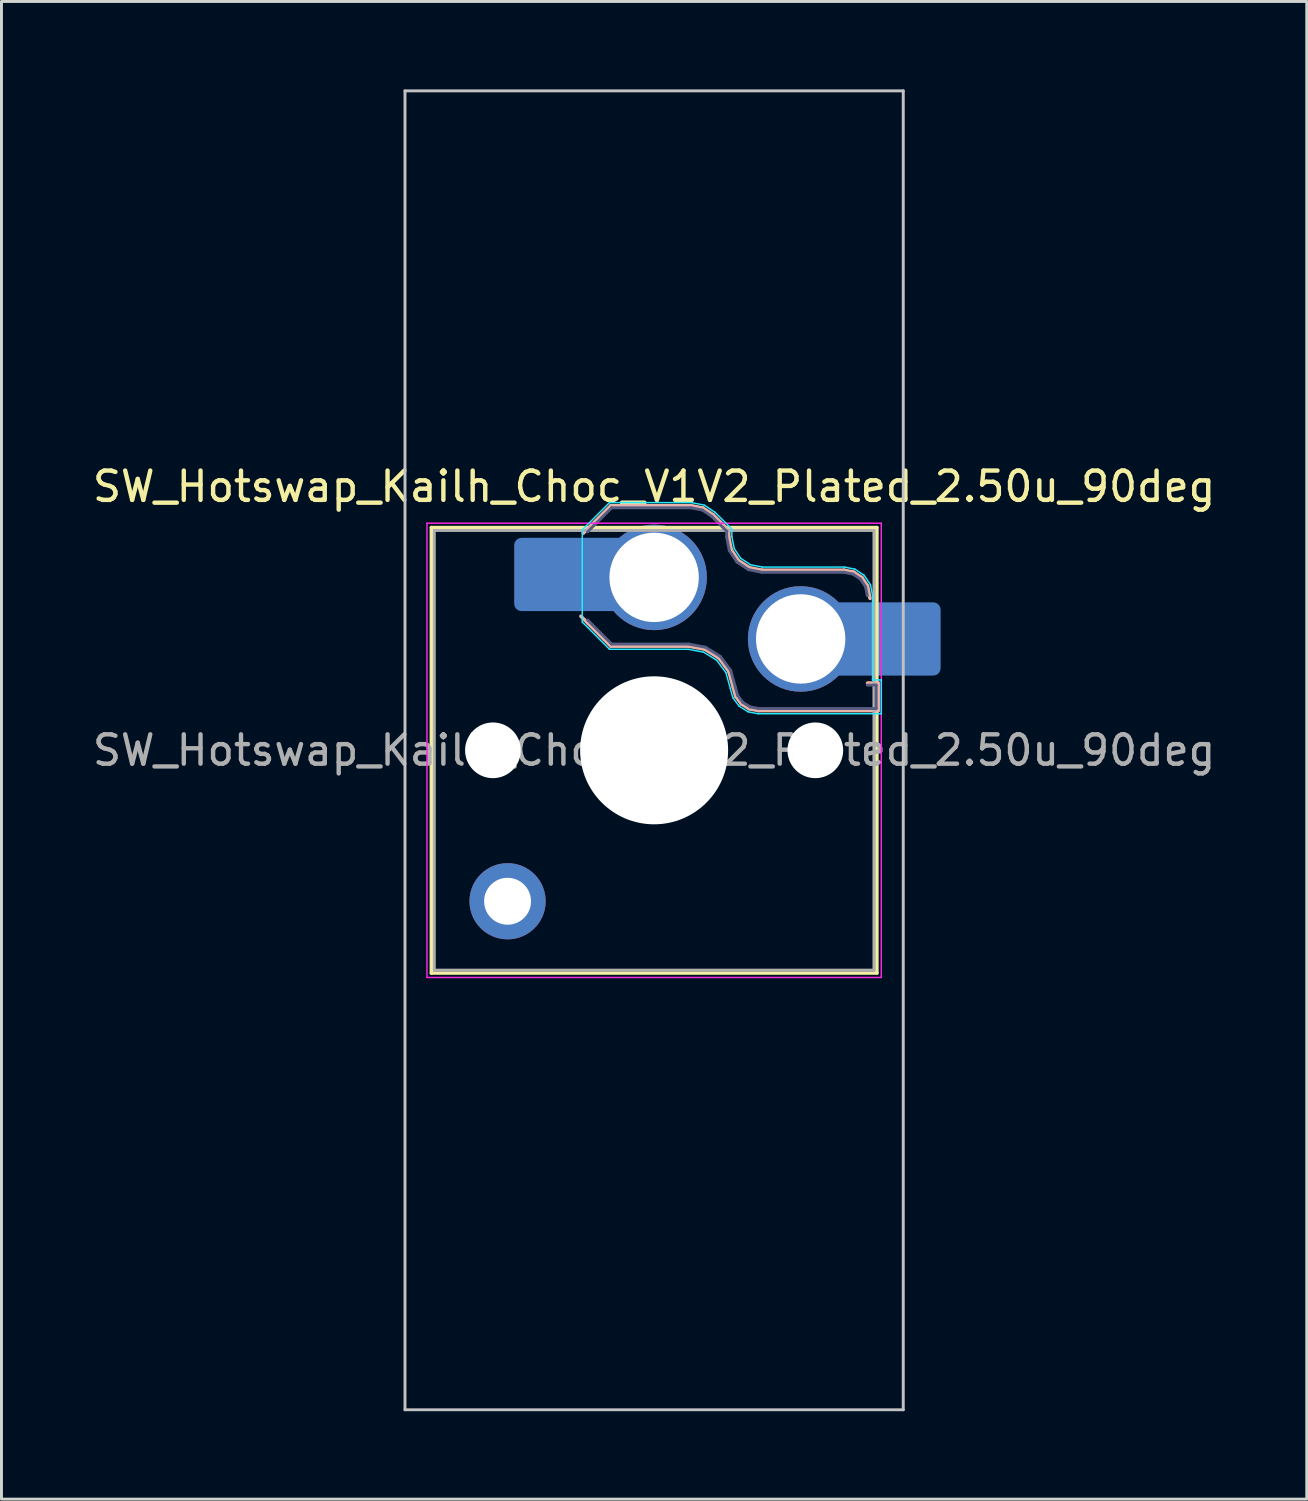
<source format=kicad_pcb>
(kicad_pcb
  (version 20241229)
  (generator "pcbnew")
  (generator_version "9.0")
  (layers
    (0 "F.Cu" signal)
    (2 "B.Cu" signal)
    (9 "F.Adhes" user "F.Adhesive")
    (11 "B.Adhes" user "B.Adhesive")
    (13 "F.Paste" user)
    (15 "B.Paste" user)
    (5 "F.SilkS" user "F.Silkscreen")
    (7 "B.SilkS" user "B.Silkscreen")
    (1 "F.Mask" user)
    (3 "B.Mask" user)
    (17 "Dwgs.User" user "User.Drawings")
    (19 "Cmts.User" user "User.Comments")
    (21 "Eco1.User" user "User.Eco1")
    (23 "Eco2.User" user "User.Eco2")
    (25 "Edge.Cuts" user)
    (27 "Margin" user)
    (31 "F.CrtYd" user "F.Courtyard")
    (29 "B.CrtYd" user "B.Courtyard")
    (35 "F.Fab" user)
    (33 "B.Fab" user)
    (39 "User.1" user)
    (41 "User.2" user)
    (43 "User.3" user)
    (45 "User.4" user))
  (footprint "SW_Hotswap_Kailh_Choc_V1V2_Plated_2.50u_90deg"
    (layer "F.Cu")
    (at 19.268 22.55)
    (property "Reference" "SW_Hotswap_Kailh_Choc_V1V2_Plated_2.50u_90deg" (at 0 -9 0) (layer "F.SilkS") (effects (font (size 1 1) (thickness 0.15))))
    (attr smd)
    (fp_line (start -7.6 -7.6) (end -7.6 7.6) (stroke (width 0.12) (type solid)) (layer "F.SilkS"))
    (fp_line (start -7.6 7.6) (end 7.6 7.6) (stroke (width 0.12) (type solid)) (layer "F.SilkS"))
    (fp_line (start 7.6 -7.6) (end -7.6 -7.6) (stroke (width 0.12) (type solid)) (layer "F.SilkS"))
    (fp_line (start 7.6 7.6) (end 7.6 -7.6) (stroke (width 0.12) (type solid)) (layer "F.SilkS"))
    (fp_line (start -2.416 -7.409) (end -1.479 -8.346) (stroke (width 0.12) (type solid)) (layer "B.SilkS"))
    (fp_line (start -1.479 -8.346) (end 1.268 -8.346) (stroke (width 0.12) (type solid)) (layer "B.SilkS"))
    (fp_line (start -1.479 -3.554) (end -2.5 -4.575) (stroke (width 0.12) (type solid)) (layer "B.SilkS"))
    (fp_line (start 1.168 -3.554) (end -1.479 -3.554) (stroke (width 0.12) (type solid)) (layer "B.SilkS"))
    (fp_line (start 1.268 -8.346) (end 1.671 -8.266) (stroke (width 0.12) (type solid)) (layer "B.SilkS"))
    (fp_line (start 1.671 -8.266) (end 2.013 -8.037) (stroke (width 0.12) (type solid)) (layer "B.SilkS"))
    (fp_line (start 1.73 -3.449) (end 1.168 -3.554) (stroke (width 0.12) (type solid)) (layer "B.SilkS"))
    (fp_line (start 2.013 -8.037) (end 2.546 -7.504) (stroke (width 0.12) (type solid)) (layer "B.SilkS"))
    (fp_line (start 2.209 -3.15) (end 1.73 -3.449) (stroke (width 0.12) (type solid)) (layer "B.SilkS"))
    (fp_line (start 2.546 -7.504) (end 2.546 -7.282) (stroke (width 0.12) (type solid)) (layer "B.SilkS"))
    (fp_line (start 2.546 -7.282) (end 2.633 -6.844) (stroke (width 0.12) (type solid)) (layer "B.SilkS"))
    (fp_line (start 2.547 -2.697) (end 2.209 -3.15) (stroke (width 0.12) (type solid)) (layer "B.SilkS"))
    (fp_line (start 2.633 -6.844) (end 2.877 -6.477) (stroke (width 0.12) (type solid)) (layer "B.SilkS"))
    (fp_line (start 2.701 -2.139) (end 2.547 -2.697) (stroke (width 0.12) (type solid)) (layer "B.SilkS"))
    (fp_line (start 2.783 -1.841) (end 2.701 -2.139) (stroke (width 0.12) (type solid)) (layer "B.SilkS"))
    (fp_line (start 2.877 -6.477) (end 3.244 -6.233) (stroke (width 0.12) (type solid)) (layer "B.SilkS"))
    (fp_line (start 2.976 -1.583) (end 2.783 -1.841) (stroke (width 0.12) (type solid)) (layer "B.SilkS"))
    (fp_line (start 3.244 -6.233) (end 3.682 -6.146) (stroke (width 0.12) (type solid)) (layer "B.SilkS"))
    (fp_line (start 3.25 -1.413) (end 2.976 -1.583) (stroke (width 0.12) (type solid)) (layer "B.SilkS"))
    (fp_line (start 3.56 -1.354) (end 3.25 -1.413) (stroke (width 0.12) (type solid)) (layer "B.SilkS"))
    (fp_line (start 3.682 -6.146) (end 6.482 -6.146) (stroke (width 0.12) (type solid)) (layer "B.SilkS"))
    (fp_line (start 6.482 -6.146) (end 6.809 -6.081) (stroke (width 0.12) (type solid)) (layer "B.SilkS"))
    (fp_line (start 6.809 -6.081) (end 7.092 -5.892) (stroke (width 0.12) (type solid)) (layer "B.SilkS"))
    (fp_line (start 7.092 -5.892) (end 7.281 -5.609) (stroke (width 0.12) (type solid)) (layer "B.SilkS"))
    (fp_line (start 7.281 -5.609) (end 7.366 -5.182) (stroke (width 0.12) (type solid)) (layer "B.SilkS"))
    (fp_line (start 7.283 -2.296) (end 7.646 -2.296) (stroke (width 0.12) (type solid)) (layer "B.SilkS"))
    (fp_line (start 7.646 -2.296) (end 7.646 -1.354) (stroke (width 0.12) (type solid)) (layer "B.SilkS"))
    (fp_line (start 7.646 -1.354) (end 3.56 -1.354) (stroke (width 0.12) (type solid)) (layer "B.SilkS"))
    (fp_line (start -8.5 -22.5) (end 8.5 -22.5) (stroke (width 0.1) (type solid)) (layer "Dwgs.User"))
    (fp_line (start -8.5 22.5) (end -8.5 -22.5) (stroke (width 0.1) (type solid)) (layer "Dwgs.User"))
    (fp_line (start 8.5 -22.5) (end 8.5 22.5) (stroke (width 0.1) (type solid)) (layer "Dwgs.User"))
    (fp_line (start 8.5 22.5) (end -8.5 22.5) (stroke (width 0.1) (type solid)) (layer "Dwgs.User"))
    (fp_line (start -7.25 -7.25) (end -7.25 7.25) (stroke (width 0.1) (type solid)) (layer "Eco1.User"))
    (fp_line (start -7.25 7.25) (end 7.25 7.25) (stroke (width 0.1) (type solid)) (layer "Eco1.User"))
    (fp_line (start 7.25 -7.25) (end -7.25 -7.25) (stroke (width 0.1) (type solid)) (layer "Eco1.User"))
    (fp_line (start 7.25 7.25) (end 7.25 -7.25) (stroke (width 0.1) (type solid)) (layer "Eco1.User"))
    (fp_line (start -2.452 -7.523) (end -1.523 -8.452) (stroke (width 0.05) (type solid)) (layer "B.CrtYd"))
    (fp_line (start -2.452 -4.377) (end -2.452 -7.523) (stroke (width 0.05) (type solid)) (layer "B.CrtYd"))
    (fp_line (start -1.523 -8.452) (end 1.278 -8.452) (stroke (width 0.05) (type solid)) (layer "B.CrtYd"))
    (fp_line (start -1.523 -3.448) (end -2.452 -4.377) (stroke (width 0.05) (type solid)) (layer "B.CrtYd"))
    (fp_line (start 1.159 -3.448) (end -1.523 -3.448) (stroke (width 0.05) (type solid)) (layer "B.CrtYd"))
    (fp_line (start 1.278 -8.452) (end 1.712 -8.366) (stroke (width 0.05) (type solid)) (layer "B.CrtYd"))
    (fp_line (start 1.691 -3.348) (end 1.159 -3.448) (stroke (width 0.05) (type solid)) (layer "B.CrtYd"))
    (fp_line (start 1.712 -8.366) (end 2.081 -8.119) (stroke (width 0.05) (type solid)) (layer "B.CrtYd"))
    (fp_line (start 2.081 -8.119) (end 2.652 -7.548) (stroke (width 0.05) (type solid)) (layer "B.CrtYd"))
    (fp_line (start 2.136 -3.071) (end 1.691 -3.348) (stroke (width 0.05) (type solid)) (layer "B.CrtYd"))
    (fp_line (start 2.45 -2.65) (end 2.136 -3.071) (stroke (width 0.05) (type solid)) (layer "B.CrtYd"))
    (fp_line (start 2.599 -2.111) (end 2.45 -2.65) (stroke (width 0.05) (type solid)) (layer "B.CrtYd"))
    (fp_line (start 2.652 -7.548) (end 2.652 -7.292) (stroke (width 0.05) (type solid)) (layer "B.CrtYd"))
    (fp_line (start 2.652 -7.292) (end 2.733 -6.885) (stroke (width 0.05) (type solid)) (layer "B.CrtYd"))
    (fp_line (start 2.687 -1.794) (end 2.599 -2.111) (stroke (width 0.05) (type solid)) (layer "B.CrtYd"))
    (fp_line (start 2.733 -6.885) (end 2.953 -6.553) (stroke (width 0.05) (type solid)) (layer "B.CrtYd"))
    (fp_line (start 2.903 -1.503) (end 2.687 -1.794) (stroke (width 0.05) (type solid)) (layer "B.CrtYd"))
    (fp_line (start 2.953 -6.553) (end 3.285 -6.333) (stroke (width 0.05) (type solid)) (layer "B.CrtYd"))
    (fp_line (start 3.211 -1.312) (end 2.903 -1.503) (stroke (width 0.05) (type solid)) (layer "B.CrtYd"))
    (fp_line (start 3.285 -6.333) (end 3.692 -6.252) (stroke (width 0.05) (type solid)) (layer "B.CrtYd"))
    (fp_line (start 3.55 -1.248) (end 3.211 -1.312) (stroke (width 0.05) (type solid)) (layer "B.CrtYd"))
    (fp_line (start 3.692 -6.252) (end 6.492 -6.252) (stroke (width 0.05) (type solid)) (layer "B.CrtYd"))
    (fp_line (start 6.492 -6.252) (end 6.85 -6.181) (stroke (width 0.05) (type solid)) (layer "B.CrtYd"))
    (fp_line (start 6.85 -6.181) (end 7.168 -5.968) (stroke (width 0.05) (type solid)) (layer "B.CrtYd"))
    (fp_line (start 7.168 -5.968) (end 7.381 -5.65) (stroke (width 0.05) (type solid)) (layer "B.CrtYd"))
    (fp_line (start 7.381 -5.65) (end 7.452 -5.292) (stroke (width 0.05) (type solid)) (layer "B.CrtYd"))
    (fp_line (start 7.452 -5.292) (end 7.452 -2.402) (stroke (width 0.05) (type solid)) (layer "B.CrtYd"))
    (fp_line (start 7.452 -2.402) (end 7.752 -2.402) (stroke (width 0.05) (type solid)) (layer "B.CrtYd"))
    (fp_line (start 7.752 -2.402) (end 7.752 -1.248) (stroke (width 0.05) (type solid)) (layer "B.CrtYd"))
    (fp_line (start 7.752 -1.248) (end 3.55 -1.248) (stroke (width 0.05) (type solid)) (layer "B.CrtYd"))
    (fp_line (start -7.75 -7.75) (end -7.75 7.75) (stroke (width 0.05) (type solid)) (layer "F.CrtYd"))
    (fp_line (start -7.75 7.75) (end 7.75 7.75) (stroke (width 0.05) (type solid)) (layer "F.CrtYd"))
    (fp_line (start 7.75 -7.75) (end -7.75 -7.75) (stroke (width 0.05) (type solid)) (layer "F.CrtYd"))
    (fp_line (start 7.75 7.75) (end 7.75 -7.75) (stroke (width 0.05) (type solid)) (layer "F.CrtYd"))
    (fp_line (start -2.275 -7.45) (end -1.45 -8.275) (stroke (width 0.1) (type solid)) (layer "B.Fab"))
    (fp_line (start -1.45 -8.275) (end 1.261 -8.275) (stroke (width 0.1) (type solid)) (layer "B.Fab"))
    (fp_line (start -1.45 -3.625) (end -2.275 -4.45) (stroke (width 0.1) (type solid)) (layer "B.Fab"))
    (fp_line (start 1.175 -3.625) (end -1.45 -3.625) (stroke (width 0.1) (type solid)) (layer "B.Fab"))
    (fp_line (start 1.261 -8.275) (end 1.643 -8.199) (stroke (width 0.1) (type solid)) (layer "B.Fab"))
    (fp_line (start 1.643 -8.199) (end 1.968 -7.982) (stroke (width 0.1) (type solid)) (layer "B.Fab"))
    (fp_line (start 1.756 -3.516) (end 1.175 -3.625) (stroke (width 0.1) (type solid)) (layer "B.Fab"))
    (fp_line (start 1.968 -7.982) (end 2.475 -7.475) (stroke (width 0.1) (type solid)) (layer "B.Fab"))
    (fp_line (start 2.258 -3.203) (end 1.756 -3.516) (stroke (width 0.1) (type solid)) (layer "B.Fab"))
    (fp_line (start 2.475 -7.475) (end 2.475 -7.275) (stroke (width 0.1) (type solid)) (layer "B.Fab"))
    (fp_line (start 2.475 -7.275) (end 2.566 -6.816) (stroke (width 0.1) (type solid)) (layer "B.Fab"))
    (fp_line (start 2.566 -6.816) (end 2.826 -6.426) (stroke (width 0.1) (type solid)) (layer "B.Fab"))
    (fp_line (start 2.612 -2.729) (end 2.258 -3.203) (stroke (width 0.1) (type solid)) (layer "B.Fab"))
    (fp_line (start 2.769 -2.158) (end 2.612 -2.729) (stroke (width 0.1) (type solid)) (layer "B.Fab"))
    (fp_line (start 2.826 -6.426) (end 3.216 -6.166) (stroke (width 0.1) (type solid)) (layer "B.Fab"))
    (fp_line (start 2.848 -1.873) (end 2.769 -2.158) (stroke (width 0.1) (type solid)) (layer "B.Fab"))
    (fp_line (start 3.025 -1.636) (end 2.848 -1.873) (stroke (width 0.1) (type solid)) (layer "B.Fab"))
    (fp_line (start 3.216 -6.166) (end 3.675 -6.075) (stroke (width 0.1) (type solid)) (layer "B.Fab"))
    (fp_line (start 3.276 -1.48) (end 3.025 -1.636) (stroke (width 0.1) (type solid)) (layer "B.Fab"))
    (fp_line (start 3.567 -1.425) (end 3.276 -1.48) (stroke (width 0.1) (type solid)) (layer "B.Fab"))
    (fp_line (start 3.675 -6.075) (end 6.475 -6.075) (stroke (width 0.1) (type solid)) (layer "B.Fab"))
    (fp_line (start 6.475 -6.075) (end 6.781 -6.014) (stroke (width 0.1) (type solid)) (layer "B.Fab"))
    (fp_line (start 6.781 -6.014) (end 7.041 -5.841) (stroke (width 0.1) (type solid)) (layer "B.Fab"))
    (fp_line (start 7.041 -5.841) (end 7.214 -5.581) (stroke (width 0.1) (type solid)) (layer "B.Fab"))
    (fp_line (start 7.214 -5.581) (end 7.275 -5.275) (stroke (width 0.1) (type solid)) (layer "B.Fab"))
    (fp_line (start 7.275 -2.225) (end 7.575 -2.225) (stroke (width 0.1) (type solid)) (layer "B.Fab"))
    (fp_line (start 7.575 -2.225) (end 7.575 -1.425) (stroke (width 0.1) (type solid)) (layer "B.Fab"))
    (fp_line (start 7.575 -1.425) (end 3.567 -1.425) (stroke (width 0.1) (type solid)) (layer "B.Fab"))
    (fp_line (start -7.5 -7.5) (end -7.5 7.5) (stroke (width 0.1) (type solid)) (layer "F.Fab"))
    (fp_line (start -7.5 7.5) (end 7.5 7.5) (stroke (width 0.1) (type solid)) (layer "F.Fab"))
    (fp_line (start 7.5 -7.5) (end -7.5 -7.5) (stroke (width 0.1) (type solid)) (layer "F.Fab"))
    (fp_line (start 7.5 7.5) (end 7.5 -7.5) (stroke (width 0.1) (type solid)) (layer "F.Fab"))
    (fp_text user "${REFERENCE}" (at 0 0 0) (layer "F.Fab") (effects (font (size 1 1) (thickness 0.15))))
    (pad "" np_thru_hole circle (at -5.5 0) (size 1.9 1.9) (drill 1.9) (layers "*.Cu" "*.Mask"))
    (pad "" thru_hole circle (at -5 5.15) (size 2.6 2.6) (drill 1.6) (layers "*.Cu" "*.Mask"))
    (pad "" smd roundrect (at -3.5 -6) (size 2.55 2.5) (layers "B.Mask" "B.Paste") (roundrect_rratio 0.1))
    (pad "" np_thru_hole circle (at 0 0) (size 5.05 5.05) (drill 5.05) (layers "*.Cu" "*.Mask"))
    (pad "" np_thru_hole circle (at 5.5 0) (size 1.9 1.9) (drill 1.9) (layers "*.Cu" "*.Mask"))
    (pad "" smd roundrect (at 8.5 -3.8) (size 2.55 2.5) (layers "B.Mask" "B.Paste") (roundrect_rratio 0.1))
    (pad "1" smd roundrect (at -2.85 -6) (size 3.85 2.5) (layers "B.Cu") (roundrect_rratio 0.1))
    (pad "1" thru_hole circle (at 0 -5.9) (size 3.6 3.6) (drill 3.05) (layers "*.Cu" "*.Mask"))
    (pad "2" thru_hole circle (at 5 -3.8) (size 3.6 3.6) (drill 3.05) (layers "*.Cu" "*.Mask"))
    (pad "2" smd roundrect (at 7.85 -3.8) (size 3.85 2.5) (layers "B.Cu") (roundrect_rratio 0.1)))
  (gr_rect
    (start -3 -3)
    (end 41.536 48.1)
    (stroke (width 0.1) (type default))
    (fill no)
    (layer "Edge.Cuts")))
</source>
